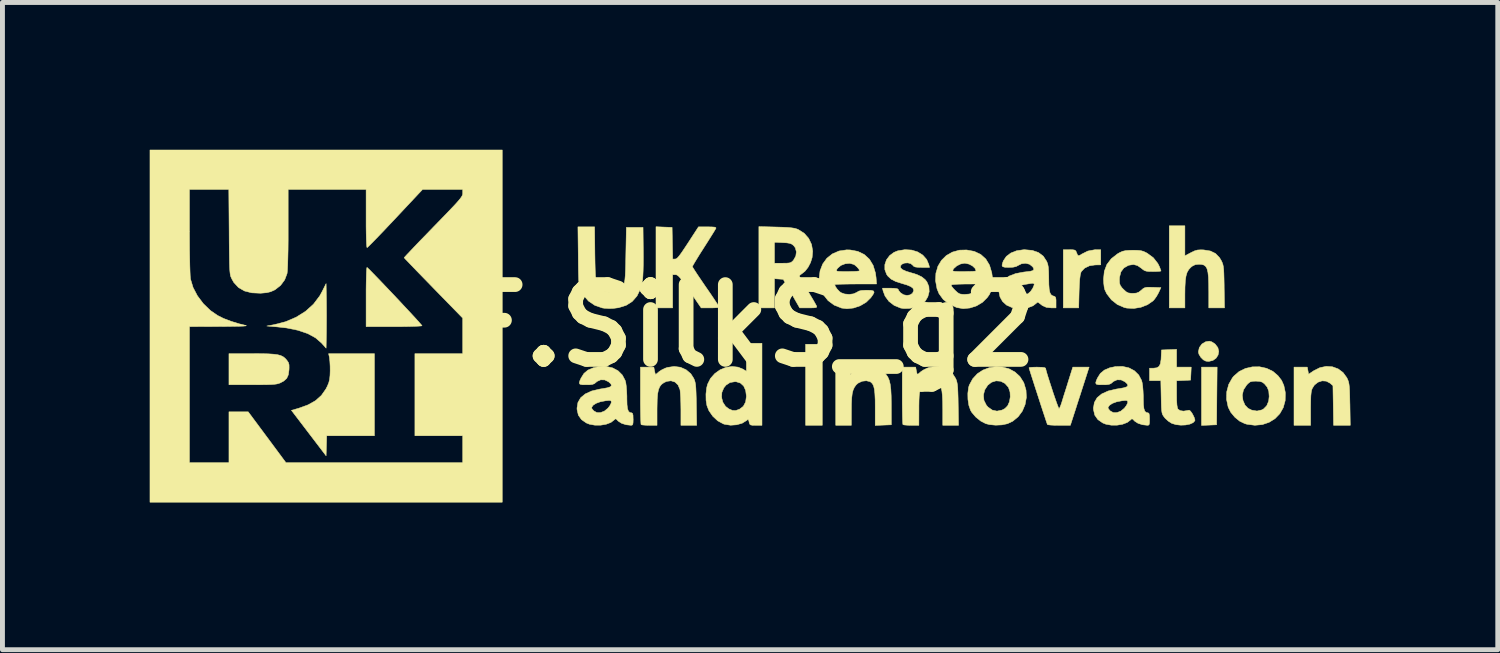
<source format=kicad_pcb>
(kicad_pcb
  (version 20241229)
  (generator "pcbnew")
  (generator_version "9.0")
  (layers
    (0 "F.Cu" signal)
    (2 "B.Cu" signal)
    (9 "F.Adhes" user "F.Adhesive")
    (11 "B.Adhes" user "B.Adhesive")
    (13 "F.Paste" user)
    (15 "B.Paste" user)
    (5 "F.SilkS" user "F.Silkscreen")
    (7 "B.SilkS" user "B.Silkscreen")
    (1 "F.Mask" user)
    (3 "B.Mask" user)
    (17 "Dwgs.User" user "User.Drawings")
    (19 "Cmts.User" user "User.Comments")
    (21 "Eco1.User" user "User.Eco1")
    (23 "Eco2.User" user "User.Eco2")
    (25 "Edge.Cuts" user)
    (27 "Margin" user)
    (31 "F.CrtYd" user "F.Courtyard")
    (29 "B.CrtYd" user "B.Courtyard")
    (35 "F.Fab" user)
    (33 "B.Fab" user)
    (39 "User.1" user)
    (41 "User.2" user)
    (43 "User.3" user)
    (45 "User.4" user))
  (footprint "F.SilkS_g2"
    (layer "F.Cu")
    (at 12.197 3.582)
    (property "Reference" "F.SilkS_g2" (at 0 0 0) (layer "F.SilkS") (effects (font (size 1.524 1.524) (thickness 0.3))))
    (attr through_hole)
    (fp_poly (pts (xy 1.503 2.032) (xy 1.164 2.032) (xy 1.164 0.381) (xy 1.503 0.381) (xy 1.503 2.032)) (stroke (width 0.01) (type solid)) (fill yes) (layer "F.SilkS"))
    (fp_poly (pts (xy 9.541 1.434) (xy 9.536 2.021) (xy 9.229 2.034) (xy 9.229 0.847) (xy 9.547 0.847) (xy 9.541 1.434)) (stroke (width 0.01) (type solid)) (fill yes) (layer "F.SilkS"))
    (fp_poly (pts (xy 9.436 0.331) (xy 9.492 0.366) (xy 9.508 0.379) (xy 9.562 0.45) (xy 9.58 0.526) (xy 9.566 0.6) (xy 9.525 0.664) (xy 9.461 0.71) (xy 9.378 0.73) (xy 9.319 0.725) (xy 9.267 0.699) (xy 9.215 0.647) (xy 9.177 0.585) (xy 9.165 0.537) (xy 9.184 0.448) (xy 9.237 0.376) (xy 9.313 0.33) (xy 9.388 0.318) (xy 9.436 0.331)) (stroke (width 0.01) (type solid)) (fill yes) (layer "F.SilkS"))
    (fp_poly (pts (xy -7.62 2.244) (xy -8.592 2.244) (xy -8.604 2.653) (xy -8.957 2.19) (xy -9.31 1.727) (xy -9.158 1.683) (xy -8.971 1.615) (xy -8.82 1.53) (xy -8.7 1.423) (xy -8.608 1.292) (xy -8.577 1.231) (xy -8.549 1.162) (xy -8.532 1.094) (xy -8.524 1.012) (xy -8.521 0.922) (xy -8.522 0.825) (xy -8.527 0.735) (xy -8.534 0.666) (xy -8.536 0.651) (xy -8.553 0.572) (xy -7.62 0.572) (xy -7.62 2.244)) (stroke (width 0.01) (type solid)) (fill yes) (layer "F.SilkS"))
    (fp_poly (pts (xy -8.598 -0.523) (xy -8.597 -0.371) (xy -8.596 -0.199) (xy -8.597 -0.027) (xy -8.598 0.125) (xy -8.598 0.135) (xy -8.604 0.46) (xy -8.696 0.357) (xy -8.819 0.25) (xy -8.979 0.163) (xy -9.176 0.096) (xy -9.411 0.048) (xy -9.61 0.026) (xy -9.811 0.009) (xy -9.664 -0.018) (xy -9.427 -0.079) (xy -9.213 -0.171) (xy -9.023 -0.29) (xy -8.862 -0.435) (xy -8.734 -0.604) (xy -8.685 -0.693) (xy -8.604 -0.855) (xy -8.598 -0.523)) (stroke (width 0.01) (type solid)) (fill yes) (layer "F.SilkS"))
    (fp_poly (pts (xy 6.609 -1.544) (xy 6.649 -1.536) (xy 6.67 -1.518) (xy 6.685 -1.482) (xy 6.685 -1.482) (xy 6.705 -1.435) (xy 6.727 -1.422) (xy 6.764 -1.439) (xy 6.791 -1.457) (xy 6.913 -1.518) (xy 7.052 -1.544) (xy 7.083 -1.545) (xy 7.176 -1.545) (xy 7.176 -1.237) (xy 7.061 -1.235) (xy 6.946 -1.218) (xy 6.851 -1.173) (xy 6.784 -1.105) (xy 6.773 -1.085) (xy 6.759 -1.032) (xy 6.747 -0.937) (xy 6.739 -0.801) (xy 6.735 -0.693) (xy 6.727 -0.36) (xy 6.413 -0.36) (xy 6.413 -1.545) (xy 6.538 -1.545) (xy 6.609 -1.544)) (stroke (width 0.01) (type solid)) (fill yes) (layer "F.SilkS"))
    (fp_poly (pts (xy -10.102 0.572) (xy -9.925 0.573) (xy -9.784 0.576) (xy -9.675 0.583) (xy -9.591 0.594) (xy -9.528 0.611) (xy -9.479 0.635) (xy -9.439 0.667) (xy -9.403 0.707) (xy -9.4 0.712) (xy -9.372 0.753) (xy -9.359 0.799) (xy -9.358 0.863) (xy -9.36 0.904) (xy -9.374 1.004) (xy -9.407 1.076) (xy -9.466 1.129) (xy -9.536 1.167) (xy -9.568 1.179) (xy -9.606 1.189) (xy -9.655 1.196) (xy -9.723 1.201) (xy -9.814 1.204) (xy -9.934 1.205) (xy -10.091 1.206) (xy -10.102 1.206) (xy -10.583 1.206) (xy -10.583 0.572) (xy -10.102 0.572)) (stroke (width 0.01) (type solid)) (fill yes) (layer "F.SilkS"))
    (fp_poly (pts (xy -7.754 -1.17) (xy -7.711 -1.129) (xy -7.648 -1.064) (xy -7.567 -0.981) (xy -7.473 -0.883) (xy -7.369 -0.774) (xy -7.26 -0.659) (xy -7.149 -0.542) (xy -7.041 -0.426) (xy -6.938 -0.316) (xy -6.845 -0.216) (xy -6.766 -0.13) (xy -6.705 -0.062) (xy -6.665 -0.016) (xy -6.65 0.003) (xy -6.668 0.008) (xy -6.724 0.012) (xy -6.811 0.016) (xy -6.926 0.019) (xy -7.062 0.021) (xy -7.216 0.021) (xy -7.789 0.021) (xy -7.789 -0.582) (xy -7.789 -0.737) (xy -7.787 -0.877) (xy -7.784 -0.997) (xy -7.781 -1.092) (xy -7.777 -1.156) (xy -7.772 -1.184) (xy -7.771 -1.185) (xy -7.754 -1.17)) (stroke (width 0.01) (type solid)) (fill yes) (layer "F.SilkS"))
    (fp_poly (pts (xy 11.897 0.84) (xy 12.013 0.883) (xy 12.113 0.958) (xy 12.19 1.064) (xy 12.194 1.073) (xy 12.211 1.11) (xy 12.224 1.148) (xy 12.233 1.192) (xy 12.24 1.251) (xy 12.245 1.33) (xy 12.248 1.436) (xy 12.251 1.577) (xy 12.252 1.603) (xy 12.259 2.032) (xy 11.919 2.032) (xy 11.913 1.628) (xy 11.906 1.224) (xy 11.847 1.173) (xy 11.77 1.132) (xy 11.685 1.126) (xy 11.601 1.154) (xy 11.529 1.211) (xy 11.487 1.276) (xy 11.472 1.314) (xy 11.463 1.363) (xy 11.456 1.432) (xy 11.453 1.527) (xy 11.451 1.655) (xy 11.451 1.691) (xy 11.451 2.032) (xy 11.113 2.032) (xy 11.113 0.847) (xy 11.383 0.847) (xy 11.397 0.919) (xy 11.41 0.991) (xy 11.514 0.921) (xy 11.64 0.858) (xy 11.77 0.831) (xy 11.897 0.84)) (stroke (width 0.01) (type solid)) (fill yes) (layer "F.SilkS"))
    (fp_poly (pts (xy 8.89 -1.42) (xy 9.012 -1.485) (xy 9.086 -1.521) (xy 9.148 -1.539) (xy 9.216 -1.543) (xy 9.273 -1.541) (xy 9.408 -1.519) (xy 9.514 -1.468) (xy 9.595 -1.384) (xy 9.634 -1.319) (xy 9.651 -1.282) (xy 9.664 -1.245) (xy 9.673 -1.201) (xy 9.68 -1.144) (xy 9.684 -1.066) (xy 9.687 -0.962) (xy 9.69 -0.823) (xy 9.69 -0.788) (xy 9.697 -0.36) (xy 9.377 -0.36) (xy 9.377 -0.683) (xy 9.375 -0.853) (xy 9.37 -0.986) (xy 9.359 -1.086) (xy 9.341 -1.158) (xy 9.314 -1.205) (xy 9.277 -1.233) (xy 9.229 -1.246) (xy 9.176 -1.249) (xy 9.102 -1.241) (xy 9.041 -1.211) (xy 9.009 -1.185) (xy 8.967 -1.139) (xy 8.935 -1.083) (xy 8.913 -1.009) (xy 8.899 -0.912) (xy 8.892 -0.785) (xy 8.89 -0.634) (xy 8.89 -0.36) (xy 8.572 -0.36) (xy 8.572 -2.032) (xy 8.89 -2.032) (xy 8.89 -1.42)) (stroke (width 0.01) (type solid)) (fill yes) (layer "F.SilkS"))
    (fp_poly (pts (xy 2.542 0.842) (xy 2.624 0.86) (xy 2.694 0.898) (xy 2.751 0.944) (xy 2.801 0.994) (xy 2.839 1.049) (xy 2.867 1.114) (xy 2.887 1.196) (xy 2.9 1.3) (xy 2.907 1.433) (xy 2.909 1.601) (xy 2.909 1.63) (xy 2.91 2.021) (xy 2.582 2.034) (xy 2.582 1.672) (xy 2.581 1.512) (xy 2.575 1.389) (xy 2.565 1.297) (xy 2.549 1.231) (xy 2.526 1.185) (xy 2.494 1.154) (xy 2.475 1.142) (xy 2.4 1.124) (xy 2.315 1.134) (xy 2.236 1.171) (xy 2.197 1.204) (xy 2.16 1.253) (xy 2.133 1.31) (xy 2.114 1.382) (xy 2.103 1.475) (xy 2.097 1.598) (xy 2.096 1.73) (xy 2.095 2.032) (xy 1.778 2.032) (xy 1.778 0.847) (xy 1.903 0.847) (xy 1.973 0.848) (xy 2.013 0.855) (xy 2.035 0.874) (xy 2.05 0.912) (xy 2.054 0.922) (xy 2.079 0.998) (xy 2.124 0.957) (xy 2.238 0.881) (xy 2.37 0.842) (xy 2.434 0.837) (xy 2.542 0.842)) (stroke (width 0.01) (type solid)) (fill yes) (layer "F.SilkS"))
    (fp_poly (pts (xy 8.721 0.847) (xy 9.019 0.847) (xy 9.013 0.979) (xy 9.006 1.111) (xy 8.864 1.118) (xy 8.721 1.124) (xy 8.721 1.394) (xy 8.722 1.524) (xy 8.728 1.617) (xy 8.738 1.676) (xy 8.749 1.703) (xy 8.795 1.733) (xy 8.863 1.743) (xy 8.94 1.731) (xy 8.947 1.729) (xy 8.977 1.724) (xy 9.004 1.742) (xy 9.036 1.787) (xy 9.049 1.809) (xy 9.079 1.87) (xy 9.094 1.919) (xy 9.094 1.938) (xy 9.057 1.978) (xy 8.99 2.008) (xy 8.903 2.025) (xy 8.806 2.029) (xy 8.709 2.018) (xy 8.623 1.992) (xy 8.623 1.992) (xy 8.554 1.948) (xy 8.489 1.889) (xy 8.475 1.872) (xy 8.452 1.841) (xy 8.435 1.812) (xy 8.424 1.777) (xy 8.417 1.729) (xy 8.412 1.661) (xy 8.409 1.564) (xy 8.407 1.457) (xy 8.4 1.122) (xy 8.17 1.122) (xy 8.17 0.868) (xy 8.252 0.868) (xy 8.319 0.86) (xy 8.364 0.831) (xy 8.391 0.777) (xy 8.405 0.689) (xy 8.407 0.645) (xy 8.414 0.497) (xy 8.567 0.491) (xy 8.721 0.485) (xy 8.721 0.847)) (stroke (width 0.01) (type solid)) (fill yes) (layer "F.SilkS"))
    (fp_poly (pts (xy 6.849 1.127) (xy 6.807 1.257) (xy 6.758 1.41) (xy 6.707 1.566) (xy 6.662 1.708) (xy 6.658 1.72) (xy 6.557 2.032) (xy 6.328 2.032) (xy 6.234 2.031) (xy 6.157 2.027) (xy 6.106 2.021) (xy 6.09 2.016) (xy 6.081 1.992) (xy 6.061 1.934) (xy 6.033 1.849) (xy 5.998 1.743) (xy 5.958 1.621) (xy 5.916 1.491) (xy 5.873 1.358) (xy 5.831 1.229) (xy 5.793 1.11) (xy 5.76 1.007) (xy 5.735 0.927) (xy 5.719 0.876) (xy 5.715 0.859) (xy 5.734 0.853) (xy 5.786 0.849) (xy 5.86 0.847) (xy 5.884 0.847) (xy 5.982 0.85) (xy 6.038 0.858) (xy 6.054 0.871) (xy 6.06 0.902) (xy 6.077 0.964) (xy 6.103 1.049) (xy 6.135 1.15) (xy 6.171 1.26) (xy 6.207 1.371) (xy 6.243 1.476) (xy 6.275 1.568) (xy 6.302 1.64) (xy 6.32 1.683) (xy 6.326 1.693) (xy 6.34 1.675) (xy 6.361 1.627) (xy 6.38 1.572) (xy 6.4 1.506) (xy 6.429 1.412) (xy 6.465 1.3) (xy 6.502 1.182) (xy 6.512 1.148) (xy 6.607 0.847) (xy 6.939 0.847) (xy 6.849 1.127)) (stroke (width 0.01) (type solid)) (fill yes) (layer "F.SilkS"))
    (fp_poly (pts (xy 5.177 0.845) (xy 5.308 0.881) (xy 5.427 0.945) (xy 5.528 1.037) (xy 5.605 1.158) (xy 5.61 1.169) (xy 5.654 1.316) (xy 5.661 1.464) (xy 5.635 1.609) (xy 5.579 1.742) (xy 5.494 1.857) (xy 5.384 1.948) (xy 5.276 1.999) (xy 5.164 2.023) (xy 5.035 2.029) (xy 4.91 2.017) (xy 4.834 1.998) (xy 4.73 1.944) (xy 4.63 1.863) (xy 4.549 1.768) (xy 4.525 1.728) (xy 4.49 1.628) (xy 4.471 1.505) (xy 4.469 1.417) (xy 4.786 1.417) (xy 4.797 1.524) (xy 4.846 1.622) (xy 4.879 1.66) (xy 4.966 1.722) (xy 5.062 1.743) (xy 5.164 1.722) (xy 5.224 1.691) (xy 5.28 1.634) (xy 5.317 1.55) (xy 5.333 1.452) (xy 5.328 1.353) (xy 5.298 1.265) (xy 5.293 1.255) (xy 5.224 1.178) (xy 5.138 1.134) (xy 5.044 1.126) (xy 4.952 1.154) (xy 4.875 1.214) (xy 4.812 1.311) (xy 4.786 1.417) (xy 4.469 1.417) (xy 4.469 1.377) (xy 4.484 1.26) (xy 4.498 1.213) (xy 4.568 1.084) (xy 4.663 0.981) (xy 4.778 0.906) (xy 4.906 0.858) (xy 5.041 0.838) (xy 5.177 0.845)) (stroke (width 0.01) (type solid)) (fill yes) (layer "F.SilkS"))
    (fp_poly (pts (xy 10.554 0.871) (xy 10.683 0.933) (xy 10.786 1.021) (xy 10.86 1.117) (xy 10.906 1.22) (xy 10.932 1.344) (xy 10.936 1.372) (xy 10.933 1.529) (xy 10.894 1.671) (xy 10.824 1.794) (xy 10.727 1.895) (xy 10.607 1.97) (xy 10.468 2.017) (xy 10.316 2.031) (xy 10.154 2.01) (xy 10.11 1.997) (xy 10.006 1.947) (xy 9.908 1.867) (xy 9.825 1.767) (xy 9.772 1.662) (xy 9.739 1.505) (xy 9.741 1.418) (xy 10.059 1.418) (xy 10.073 1.524) (xy 10.115 1.621) (xy 10.177 1.686) (xy 10.252 1.723) (xy 10.359 1.741) (xy 10.458 1.718) (xy 10.494 1.698) (xy 10.558 1.632) (xy 10.597 1.538) (xy 10.607 1.443) (xy 10.599 1.336) (xy 10.567 1.254) (xy 10.51 1.185) (xy 10.465 1.152) (xy 10.413 1.137) (xy 10.337 1.132) (xy 10.337 1.132) (xy 10.266 1.135) (xy 10.219 1.148) (xy 10.179 1.179) (xy 10.149 1.21) (xy 10.084 1.309) (xy 10.059 1.418) (xy 9.741 1.418) (xy 9.743 1.348) (xy 9.783 1.198) (xy 9.858 1.065) (xy 9.886 1.031) (xy 9.995 0.936) (xy 10.125 0.873) (xy 10.267 0.841) (xy 10.413 0.84) (xy 10.554 0.871)) (stroke (width 0.01) (type solid)) (fill yes) (layer "F.SilkS"))
    (fp_poly (pts (xy -1.386 0.849) (xy -1.271 0.9) (xy -1.175 0.981) (xy -1.114 1.077) (xy -1.098 1.115) (xy -1.087 1.155) (xy -1.078 1.204) (xy -1.072 1.27) (xy -1.068 1.358) (xy -1.064 1.477) (xy -1.062 1.603) (xy -1.055 2.032) (xy -1.376 2.032) (xy -1.376 1.709) (xy -1.378 1.589) (xy -1.381 1.477) (xy -1.387 1.383) (xy -1.393 1.318) (xy -1.396 1.302) (xy -1.435 1.21) (xy -1.498 1.15) (xy -1.578 1.125) (xy -1.668 1.137) (xy -1.726 1.165) (xy -1.773 1.2) (xy -1.808 1.246) (xy -1.833 1.306) (xy -1.85 1.389) (xy -1.859 1.499) (xy -1.862 1.644) (xy -1.863 1.704) (xy -1.863 2.032) (xy -2.018 2.032) (xy -2.095 2.03) (xy -2.155 2.025) (xy -2.186 2.019) (xy -2.187 2.018) (xy -2.191 1.994) (xy -2.194 1.933) (xy -2.197 1.841) (xy -2.199 1.724) (xy -2.201 1.586) (xy -2.201 1.434) (xy -2.201 1.425) (xy -2.201 0.847) (xy -1.928 0.847) (xy -1.914 0.921) (xy -1.903 0.97) (xy -1.893 0.994) (xy -1.891 0.995) (xy -1.871 0.982) (xy -1.834 0.95) (xy -1.825 0.941) (xy -1.771 0.905) (xy -1.697 0.869) (xy -1.651 0.853) (xy -1.515 0.833) (xy -1.386 0.849)) (stroke (width 0.01) (type solid)) (fill yes) (layer "F.SilkS"))
    (fp_poly (pts (xy 0.275 2.032) (xy 0.151 2.032) (xy 0.081 2.031) (xy 0.043 2.024) (xy 0.024 2.006) (xy 0.014 1.971) (xy 0.013 1.965) (xy 0.002 1.922) (xy -0.013 1.913) (xy -0.038 1.933) (xy -0.128 1.989) (xy -0.241 2.021) (xy -0.364 2.03) (xy -0.485 2.011) (xy -0.511 2.003) (xy -0.626 1.941) (xy -0.727 1.847) (xy -0.806 1.733) (xy -0.846 1.632) (xy -0.864 1.523) (xy -0.865 1.464) (xy -0.548 1.464) (xy -0.522 1.562) (xy -0.467 1.646) (xy -0.401 1.697) (xy -0.325 1.729) (xy -0.259 1.731) (xy -0.183 1.704) (xy -0.182 1.704) (xy -0.105 1.645) (xy -0.058 1.557) (xy -0.042 1.441) (xy -0.042 1.44) (xy -0.057 1.322) (xy -0.098 1.231) (xy -0.164 1.171) (xy -0.251 1.144) (xy -0.275 1.143) (xy -0.376 1.16) (xy -0.457 1.213) (xy -0.502 1.268) (xy -0.542 1.362) (xy -0.548 1.464) (xy -0.865 1.464) (xy -0.866 1.395) (xy -0.852 1.271) (xy -0.833 1.195) (xy -0.773 1.076) (xy -0.685 0.977) (xy -0.578 0.901) (xy -0.459 0.852) (xy -0.334 0.833) (xy -0.212 0.847) (xy -0.11 0.889) (xy -0.042 0.931) (xy -0.042 0.36) (xy 0.275 0.36) (xy 0.275 2.032)) (stroke (width 0.01) (type solid)) (fill yes) (layer "F.SilkS"))
    (fp_poly (pts (xy -1.72 -2.006) (xy -1.556 -2) (xy -1.55 -1.677) (xy -1.544 -1.355) (xy -1.494 -1.355) (xy -1.472 -1.36) (xy -1.446 -1.38) (xy -1.412 -1.419) (xy -1.366 -1.481) (xy -1.305 -1.571) (xy -1.231 -1.683) (xy -1.018 -2.011) (xy -0.835 -2.011) (xy -0.744 -2.009) (xy -0.689 -2.005) (xy -0.664 -1.995) (xy -0.662 -1.983) (xy -0.677 -1.957) (xy -0.71 -1.902) (xy -0.76 -1.822) (xy -0.821 -1.725) (xy -0.891 -1.615) (xy -0.908 -1.588) (xy -0.979 -1.477) (xy -1.041 -1.377) (xy -1.091 -1.295) (xy -1.126 -1.235) (xy -1.142 -1.204) (xy -1.143 -1.202) (xy -1.131 -1.179) (xy -1.099 -1.128) (xy -1.049 -1.051) (xy -0.985 -0.956) (xy -0.911 -0.847) (xy -0.868 -0.784) (xy -0.789 -0.67) (xy -0.719 -0.567) (xy -0.662 -0.481) (xy -0.619 -0.417) (xy -0.596 -0.38) (xy -0.593 -0.373) (xy -0.612 -0.367) (xy -0.665 -0.363) (xy -0.74 -0.36) (xy -0.778 -0.36) (xy -0.963 -0.36) (xy -1.196 -0.699) (xy -1.278 -0.817) (xy -1.34 -0.904) (xy -1.387 -0.965) (xy -1.422 -1.004) (xy -1.45 -1.026) (xy -1.473 -1.036) (xy -1.487 -1.037) (xy -1.545 -1.037) (xy -1.545 -0.36) (xy -1.884 -0.36) (xy -1.884 -2.013) (xy -1.72 -2.006)) (stroke (width 0.01) (type solid)) (fill yes) (layer "F.SilkS"))
    (fp_poly (pts (xy 3.948 0.849) (xy 4.063 0.9) (xy 4.159 0.981) (xy 4.22 1.077) (xy 4.236 1.115) (xy 4.247 1.155) (xy 4.256 1.204) (xy 4.262 1.27) (xy 4.266 1.358) (xy 4.27 1.477) (xy 4.272 1.603) (xy 4.279 2.032) (xy 3.958 2.032) (xy 3.958 1.709) (xy 3.956 1.549) (xy 3.95 1.426) (xy 3.94 1.333) (xy 3.924 1.264) (xy 3.901 1.214) (xy 3.871 1.177) (xy 3.863 1.169) (xy 3.789 1.131) (xy 3.706 1.127) (xy 3.625 1.155) (xy 3.554 1.212) (xy 3.511 1.279) (xy 3.496 1.32) (xy 3.485 1.368) (xy 3.478 1.431) (xy 3.474 1.517) (xy 3.472 1.634) (xy 3.472 1.699) (xy 3.471 2.032) (xy 3.316 2.032) (xy 3.239 2.03) (xy 3.179 2.025) (xy 3.148 2.019) (xy 3.147 2.018) (xy 3.143 1.994) (xy 3.14 1.933) (xy 3.137 1.841) (xy 3.135 1.724) (xy 3.133 1.586) (xy 3.133 1.434) (xy 3.133 1.425) (xy 3.133 0.847) (xy 3.406 0.847) (xy 3.42 0.921) (xy 3.431 0.97) (xy 3.441 0.994) (xy 3.443 0.995) (xy 3.463 0.982) (xy 3.5 0.95) (xy 3.509 0.941) (xy 3.563 0.905) (xy 3.637 0.869) (xy 3.683 0.853) (xy 3.819 0.833) (xy 3.948 0.849)) (stroke (width 0.01) (type solid)) (fill yes) (layer "F.SilkS"))
    (fp_poly (pts (xy -3.129 -1.455) (xy -3.126 -1.272) (xy -3.122 -1.125) (xy -3.117 -1.011) (xy -3.108 -0.924) (xy -3.095 -0.86) (xy -3.077 -0.812) (xy -3.053 -0.776) (xy -3.021 -0.747) (xy -2.981 -0.72) (xy -2.978 -0.718) (xy -2.897 -0.687) (xy -2.802 -0.679) (xy -2.707 -0.694) (xy -2.629 -0.729) (xy -2.612 -0.742) (xy -2.582 -0.772) (xy -2.558 -0.801) (xy -2.54 -0.834) (xy -2.527 -0.878) (xy -2.517 -0.937) (xy -2.51 -1.018) (xy -2.505 -1.124) (xy -2.501 -1.262) (xy -2.498 -1.437) (xy -2.498 -1.439) (xy -2.487 -2) (xy -2.148 -2) (xy -2.143 -1.535) (xy -2.142 -1.388) (xy -2.143 -1.245) (xy -2.146 -1.116) (xy -2.151 -1.009) (xy -2.157 -0.934) (xy -2.159 -0.921) (xy -2.201 -0.745) (xy -2.271 -0.602) (xy -2.368 -0.491) (xy -2.492 -0.412) (xy -2.646 -0.364) (xy -2.762 -0.349) (xy -2.85 -0.348) (xy -2.935 -0.353) (xy -2.977 -0.359) (xy -3.13 -0.412) (xy -3.26 -0.5) (xy -3.363 -0.62) (xy -3.412 -0.709) (xy -3.426 -0.742) (xy -3.438 -0.775) (xy -3.446 -0.813) (xy -3.453 -0.862) (xy -3.458 -0.927) (xy -3.461 -1.014) (xy -3.464 -1.129) (xy -3.466 -1.276) (xy -3.467 -1.413) (xy -3.474 -2.011) (xy -3.135 -2.011) (xy -3.129 -1.455)) (stroke (width 0.01) (type solid)) (fill yes) (layer "F.SilkS"))
    (fp_poly (pts (xy 0.566 -2.007) (xy 0.704 -2.003) (xy 0.807 -1.998) (xy 0.883 -1.99) (xy 0.941 -1.981) (xy 0.987 -1.967) (xy 1.016 -1.955) (xy 1.136 -1.879) (xy 1.226 -1.776) (xy 1.285 -1.652) (xy 1.308 -1.514) (xy 1.296 -1.384) (xy 1.264 -1.283) (xy 1.213 -1.186) (xy 1.151 -1.107) (xy 1.092 -1.06) (xy 1.053 -1.032) (xy 1.037 -1.01) (xy 1.048 -0.986) (xy 1.076 -0.933) (xy 1.12 -0.856) (xy 1.173 -0.764) (xy 1.206 -0.71) (xy 1.265 -0.61) (xy 1.318 -0.522) (xy 1.358 -0.451) (xy 1.383 -0.406) (xy 1.388 -0.395) (xy 1.39 -0.378) (xy 1.375 -0.367) (xy 1.335 -0.362) (xy 1.263 -0.36) (xy 1.222 -0.36) (xy 1.043 -0.36) (xy 0.876 -0.651) (xy 0.708 -0.942) (xy 0.529 -0.955) (xy 0.529 -0.36) (xy 0.212 -0.36) (xy 0.212 -1.27) (xy 0.529 -1.27) (xy 0.697 -1.27) (xy 0.781 -1.271) (xy 0.835 -1.276) (xy 0.871 -1.289) (xy 0.899 -1.312) (xy 0.919 -1.335) (xy 0.964 -1.415) (xy 0.976 -1.502) (xy 0.955 -1.583) (xy 0.919 -1.631) (xy 0.884 -1.658) (xy 0.842 -1.675) (xy 0.781 -1.685) (xy 0.697 -1.69) (xy 0.529 -1.698) (xy 0.529 -1.27) (xy 0.212 -1.27) (xy 0.212 -2.016) (xy 0.566 -2.007)) (stroke (width 0.01) (type solid)) (fill yes) (layer "F.SilkS"))
    (fp_poly (pts (xy 3.324 -1.538) (xy 3.447 -1.5) (xy 3.551 -1.435) (xy 3.629 -1.347) (xy 3.673 -1.244) (xy 3.688 -1.185) (xy 3.532 -1.185) (xy 3.447 -1.187) (xy 3.395 -1.194) (xy 3.365 -1.208) (xy 3.351 -1.225) (xy 3.307 -1.262) (xy 3.245 -1.277) (xy 3.179 -1.273) (xy 3.124 -1.249) (xy 3.097 -1.216) (xy 3.098 -1.176) (xy 3.134 -1.141) (xy 3.208 -1.107) (xy 3.298 -1.08) (xy 3.429 -1.04) (xy 3.526 -0.994) (xy 3.597 -0.938) (xy 3.635 -0.89) (xy 3.675 -0.795) (xy 3.681 -0.691) (xy 3.654 -0.588) (xy 3.599 -0.495) (xy 3.517 -0.422) (xy 3.49 -0.407) (xy 3.389 -0.37) (xy 3.271 -0.349) (xy 3.158 -0.348) (xy 3.099 -0.357) (xy 2.969 -0.41) (xy 2.861 -0.493) (xy 2.783 -0.599) (xy 2.743 -0.704) (xy 2.73 -0.762) (xy 2.889 -0.762) (xy 2.973 -0.759) (xy 3.029 -0.751) (xy 3.048 -0.74) (xy 3.062 -0.711) (xy 3.095 -0.67) (xy 3.1 -0.666) (xy 3.16 -0.627) (xy 3.228 -0.614) (xy 3.292 -0.625) (xy 3.341 -0.657) (xy 3.365 -0.709) (xy 3.365 -0.721) (xy 3.352 -0.759) (xy 3.307 -0.794) (xy 3.228 -0.827) (xy 3.131 -0.856) (xy 3.001 -0.897) (xy 2.906 -0.946) (xy 2.839 -1.008) (xy 2.815 -1.042) (xy 2.778 -1.14) (xy 2.778 -1.241) (xy 2.811 -1.339) (xy 2.875 -1.425) (xy 2.964 -1.491) (xy 3.043 -1.523) (xy 3.187 -1.546) (xy 3.324 -1.538)) (stroke (width 0.01) (type solid)) (fill yes) (layer "F.SilkS"))
    (fp_poly (pts (xy 7.926 -1.533) (xy 7.993 -1.526) (xy 8.049 -1.51) (xy 8.107 -1.482) (xy 8.123 -1.473) (xy 8.247 -1.382) (xy 8.339 -1.265) (xy 8.373 -1.197) (xy 8.392 -1.146) (xy 8.403 -1.115) (xy 8.403 -1.112) (xy 8.384 -1.107) (xy 8.332 -1.103) (xy 8.259 -1.101) (xy 8.242 -1.101) (xy 8.157 -1.102) (xy 8.101 -1.109) (xy 8.061 -1.124) (xy 8.022 -1.152) (xy 8.009 -1.164) (xy 7.924 -1.223) (xy 7.843 -1.244) (xy 7.753 -1.23) (xy 7.738 -1.226) (xy 7.647 -1.174) (xy 7.587 -1.094) (xy 7.559 -0.986) (xy 7.556 -0.936) (xy 7.559 -0.865) (xy 7.574 -0.817) (xy 7.607 -0.771) (xy 7.639 -0.738) (xy 7.692 -0.689) (xy 7.737 -0.665) (xy 7.793 -0.657) (xy 7.827 -0.656) (xy 7.9 -0.661) (xy 7.952 -0.681) (xy 8.002 -0.72) (xy 8.039 -0.753) (xy 8.073 -0.771) (xy 8.116 -0.78) (xy 8.18 -0.78) (xy 8.237 -0.779) (xy 8.402 -0.773) (xy 8.353 -0.667) (xy 8.312 -0.594) (xy 8.264 -0.528) (xy 8.242 -0.504) (xy 8.13 -0.426) (xy 7.995 -0.373) (xy 7.85 -0.349) (xy 7.708 -0.356) (xy 7.658 -0.367) (xy 7.516 -0.428) (xy 7.394 -0.524) (xy 7.299 -0.647) (xy 7.259 -0.73) (xy 7.246 -0.784) (xy 7.237 -0.862) (xy 7.233 -0.945) (xy 7.249 -1.106) (xy 7.301 -1.244) (xy 7.39 -1.361) (xy 7.516 -1.46) (xy 7.565 -1.488) (xy 7.621 -1.513) (xy 7.684 -1.527) (xy 7.767 -1.533) (xy 7.832 -1.534) (xy 7.926 -1.533)) (stroke (width 0.01) (type solid)) (fill yes) (layer "F.SilkS"))
    (fp_poly (pts (xy 2.072 -1.54) (xy 2.227 -1.511) (xy 2.358 -1.448) (xy 2.463 -1.352) (xy 2.539 -1.227) (xy 2.586 -1.073) (xy 2.599 -0.98) (xy 2.609 -0.847) (xy 2.183 -0.847) (xy 2.054 -0.846) (xy 1.941 -0.844) (xy 1.849 -0.842) (xy 1.786 -0.839) (xy 1.758 -0.835) (xy 1.757 -0.834) (xy 1.771 -0.794) (xy 1.807 -0.743) (xy 1.852 -0.695) (xy 1.885 -0.67) (xy 1.96 -0.643) (xy 2.051 -0.635) (xy 2.138 -0.646) (xy 2.206 -0.676) (xy 2.207 -0.677) (xy 2.248 -0.702) (xy 2.303 -0.715) (xy 2.384 -0.719) (xy 2.411 -0.72) (xy 2.499 -0.717) (xy 2.547 -0.705) (xy 2.559 -0.678) (xy 2.537 -0.632) (xy 2.492 -0.568) (xy 2.397 -0.475) (xy 2.277 -0.404) (xy 2.142 -0.358) (xy 2.006 -0.343) (xy 1.894 -0.357) (xy 1.745 -0.417) (xy 1.622 -0.508) (xy 1.528 -0.627) (xy 1.466 -0.767) (xy 1.44 -0.925) (xy 1.439 -0.953) (xy 1.458 -1.113) (xy 1.463 -1.126) (xy 1.791 -1.126) (xy 1.794 -1.113) (xy 1.815 -1.106) (xy 1.86 -1.102) (xy 1.936 -1.101) (xy 2.021 -1.101) (xy 2.117 -1.102) (xy 2.195 -1.105) (xy 2.247 -1.111) (xy 2.264 -1.117) (xy 2.249 -1.15) (xy 2.211 -1.194) (xy 2.166 -1.233) (xy 2.145 -1.246) (xy 2.062 -1.268) (xy 1.97 -1.259) (xy 1.884 -1.226) (xy 1.818 -1.171) (xy 1.8 -1.144) (xy 1.791 -1.126) (xy 1.463 -1.126) (xy 1.512 -1.254) (xy 1.597 -1.371) (xy 1.709 -1.46) (xy 1.845 -1.519) (xy 2 -1.542) (xy 2.072 -1.54)) (stroke (width 0.01) (type solid)) (fill yes) (layer "F.SilkS"))
    (fp_poly (pts (xy 4.6 -1.511) (xy 4.731 -1.449) (xy 4.835 -1.355) (xy 4.91 -1.231) (xy 4.956 -1.077) (xy 4.968 -0.99) (xy 4.98 -0.847) (xy 4.554 -0.847) (xy 4.393 -0.846) (xy 4.273 -0.843) (xy 4.19 -0.838) (xy 4.142 -0.832) (xy 4.128 -0.823) (xy 4.141 -0.796) (xy 4.177 -0.751) (xy 4.21 -0.717) (xy 4.262 -0.669) (xy 4.307 -0.644) (xy 4.362 -0.636) (xy 4.408 -0.635) (xy 4.497 -0.642) (xy 4.56 -0.665) (xy 4.578 -0.677) (xy 4.619 -0.702) (xy 4.674 -0.715) (xy 4.755 -0.719) (xy 4.782 -0.72) (xy 4.869 -0.717) (xy 4.918 -0.705) (xy 4.929 -0.678) (xy 4.908 -0.632) (xy 4.862 -0.568) (xy 4.766 -0.473) (xy 4.645 -0.401) (xy 4.511 -0.358) (xy 4.374 -0.345) (xy 4.244 -0.367) (xy 4.244 -0.367) (xy 4.09 -0.436) (xy 3.969 -0.53) (xy 3.882 -0.649) (xy 3.841 -0.749) (xy 3.811 -0.913) (xy 3.818 -1.067) (xy 3.836 -1.126) (xy 4.162 -1.126) (xy 4.165 -1.113) (xy 4.186 -1.106) (xy 4.231 -1.102) (xy 4.307 -1.101) (xy 4.391 -1.101) (xy 4.487 -1.102) (xy 4.566 -1.104) (xy 4.618 -1.108) (xy 4.636 -1.113) (xy 4.616 -1.165) (xy 4.566 -1.213) (xy 4.496 -1.251) (xy 4.418 -1.269) (xy 4.398 -1.27) (xy 4.321 -1.255) (xy 4.243 -1.216) (xy 4.184 -1.164) (xy 4.17 -1.144) (xy 4.162 -1.126) (xy 3.836 -1.126) (xy 3.859 -1.207) (xy 3.931 -1.328) (xy 4.03 -1.426) (xy 4.153 -1.496) (xy 4.297 -1.536) (xy 4.443 -1.54) (xy 4.6 -1.511)) (stroke (width 0.01) (type solid)) (fill yes) (layer "F.SilkS"))
    (fp_poly (pts (xy 5.783 -1.531) (xy 5.908 -1.487) (xy 6.005 -1.414) (xy 6.074 -1.309) (xy 6.077 -1.303) (xy 6.096 -1.252) (xy 6.108 -1.19) (xy 6.114 -1.107) (xy 6.117 -0.993) (xy 6.117 -0.97) (xy 6.119 -0.837) (xy 6.126 -0.74) (xy 6.14 -0.673) (xy 6.161 -0.631) (xy 6.192 -0.608) (xy 6.212 -0.602) (xy 6.243 -0.59) (xy 6.259 -0.567) (xy 6.265 -0.521) (xy 6.265 -0.474) (xy 6.265 -0.36) (xy 6.169 -0.36) (xy 6.068 -0.371) (xy 5.986 -0.408) (xy 5.935 -0.448) (xy 5.901 -0.474) (xy 5.879 -0.471) (xy 5.863 -0.454) (xy 5.795 -0.402) (xy 5.699 -0.366) (xy 5.585 -0.348) (xy 5.464 -0.35) (xy 5.367 -0.368) (xy 5.257 -0.417) (xy 5.176 -0.491) (xy 5.124 -0.582) (xy 5.103 -0.683) (xy 5.103 -0.685) (xy 5.419 -0.685) (xy 5.439 -0.647) (xy 5.489 -0.621) (xy 5.552 -0.614) (xy 5.624 -0.623) (xy 5.69 -0.647) (xy 5.696 -0.65) (xy 5.746 -0.694) (xy 5.79 -0.757) (xy 5.817 -0.821) (xy 5.821 -0.846) (xy 5.803 -0.862) (xy 5.763 -0.86) (xy 5.703 -0.85) (xy 5.63 -0.838) (xy 5.615 -0.835) (xy 5.529 -0.812) (xy 5.466 -0.774) (xy 5.429 -0.73) (xy 5.419 -0.685) (xy 5.103 -0.685) (xy 5.116 -0.786) (xy 5.164 -0.884) (xy 5.209 -0.936) (xy 5.31 -1.008) (xy 5.443 -1.059) (xy 5.609 -1.09) (xy 5.644 -1.094) (xy 5.737 -1.105) (xy 5.791 -1.119) (xy 5.813 -1.139) (xy 5.807 -1.17) (xy 5.787 -1.2) (xy 5.726 -1.249) (xy 5.647 -1.269) (xy 5.564 -1.26) (xy 5.501 -1.229) (xy 5.452 -1.203) (xy 5.39 -1.189) (xy 5.303 -1.185) (xy 5.222 -1.188) (xy 5.178 -1.2) (xy 5.165 -1.228) (xy 5.178 -1.28) (xy 5.194 -1.321) (xy 5.253 -1.409) (xy 5.345 -1.478) (xy 5.462 -1.524) (xy 5.599 -1.544) (xy 5.628 -1.545) (xy 5.783 -1.531)) (stroke (width 0.01) (type solid)) (fill yes) (layer "F.SilkS"))
    (fp_poly (pts (xy -2.771 0.861) (xy -2.658 0.92) (xy -2.571 1.006) (xy -2.513 1.115) (xy -2.5 1.16) (xy -2.49 1.231) (xy -2.482 1.328) (xy -2.477 1.436) (xy -2.477 1.492) (xy -2.474 1.611) (xy -2.464 1.694) (xy -2.445 1.746) (xy -2.415 1.772) (xy -2.38 1.778) (xy -2.362 1.789) (xy -2.352 1.828) (xy -2.35 1.901) (xy -2.349 1.905) (xy -2.351 1.976) (xy -2.357 2.014) (xy -2.372 2.029) (xy -2.397 2.031) (xy -2.494 2.02) (xy -2.584 1.991) (xy -2.65 1.949) (xy -2.66 1.939) (xy -2.693 1.905) (xy -2.714 1.901) (xy -2.734 1.92) (xy -2.802 1.973) (xy -2.899 2.01) (xy -3.011 2.029) (xy -3.129 2.029) (xy -3.24 2.009) (xy -3.303 1.984) (xy -3.402 1.915) (xy -3.465 1.826) (xy -3.491 1.716) (xy -3.493 1.683) (xy -3.492 1.677) (xy -3.196 1.677) (xy -3.183 1.702) (xy -3.151 1.738) (xy -3.09 1.772) (xy -3.014 1.773) (xy -2.935 1.743) (xy -2.863 1.684) (xy -2.822 1.63) (xy -2.797 1.58) (xy -2.794 1.564) (xy -2.797 1.538) (xy -2.813 1.527) (xy -2.852 1.526) (xy -2.912 1.532) (xy -3.017 1.552) (xy -3.105 1.584) (xy -3.166 1.624) (xy -3.195 1.668) (xy -3.196 1.677) (xy -3.492 1.677) (xy -3.474 1.567) (xy -3.418 1.47) (xy -3.325 1.393) (xy -3.194 1.333) (xy -3.025 1.293) (xy -2.978 1.286) (xy -2.876 1.268) (xy -2.814 1.248) (xy -2.791 1.222) (xy -2.803 1.188) (xy -2.85 1.145) (xy -2.928 1.107) (xy -3.011 1.105) (xy -3.085 1.138) (xy -3.103 1.154) (xy -3.137 1.182) (xy -3.176 1.198) (xy -3.232 1.205) (xy -3.303 1.206) (xy -3.386 1.205) (xy -3.432 1.195) (xy -3.447 1.17) (xy -3.435 1.124) (xy -3.41 1.069) (xy -3.351 0.975) (xy -3.27 0.907) (xy -3.16 0.86) (xy -3.045 0.836) (xy -2.901 0.832) (xy -2.771 0.861)) (stroke (width 0.01) (type solid)) (fill yes) (layer "F.SilkS"))
    (fp_poly (pts (xy 7.749 0.861) (xy 7.861 0.92) (xy 7.949 1.006) (xy 8.007 1.115) (xy 8.019 1.16) (xy 8.03 1.231) (xy 8.038 1.328) (xy 8.043 1.436) (xy 8.043 1.492) (xy 8.046 1.611) (xy 8.056 1.694) (xy 8.075 1.746) (xy 8.105 1.772) (xy 8.14 1.778) (xy 8.158 1.789) (xy 8.167 1.828) (xy 8.17 1.901) (xy 8.17 1.905) (xy 8.169 1.976) (xy 8.163 2.014) (xy 8.148 2.029) (xy 8.123 2.031) (xy 8.026 2.02) (xy 7.936 1.991) (xy 7.87 1.949) (xy 7.86 1.939) (xy 7.827 1.905) (xy 7.805 1.901) (xy 7.786 1.92) (xy 7.717 1.973) (xy 7.621 2.01) (xy 7.508 2.029) (xy 7.391 2.029) (xy 7.28 2.009) (xy 7.217 1.984) (xy 7.118 1.915) (xy 7.055 1.826) (xy 7.029 1.716) (xy 7.027 1.683) (xy 7.028 1.677) (xy 7.324 1.677) (xy 7.337 1.702) (xy 7.368 1.738) (xy 7.43 1.772) (xy 7.506 1.773) (xy 7.585 1.743) (xy 7.657 1.684) (xy 7.698 1.63) (xy 7.723 1.58) (xy 7.726 1.564) (xy 7.723 1.538) (xy 7.707 1.527) (xy 7.668 1.526) (xy 7.608 1.532) (xy 7.503 1.552) (xy 7.415 1.584) (xy 7.354 1.624) (xy 7.325 1.668) (xy 7.324 1.677) (xy 7.028 1.677) (xy 7.046 1.567) (xy 7.102 1.47) (xy 7.195 1.393) (xy 7.326 1.333) (xy 7.495 1.293) (xy 7.542 1.286) (xy 7.644 1.268) (xy 7.706 1.248) (xy 7.729 1.222) (xy 7.716 1.188) (xy 7.67 1.145) (xy 7.592 1.107) (xy 7.509 1.105) (xy 7.434 1.138) (xy 7.417 1.154) (xy 7.383 1.182) (xy 7.344 1.198) (xy 7.288 1.205) (xy 7.217 1.206) (xy 7.134 1.205) (xy 7.088 1.195) (xy 7.073 1.17) (xy 7.085 1.124) (xy 7.109 1.069) (xy 7.168 0.975) (xy 7.25 0.907) (xy 7.36 0.86) (xy 7.475 0.836) (xy 7.618 0.832) (xy 7.749 0.861)) (stroke (width 0.01) (type solid)) (fill yes) (layer "F.SilkS"))
    (fp_poly (pts (xy -5.016 3.598) (xy -12.192 3.598) (xy -12.192 -2.773) (xy -11.388 -2.773) (xy -11.388 -1.918) (xy -11.387 -1.722) (xy -11.386 -1.537) (xy -11.383 -1.368) (xy -11.38 -1.22) (xy -11.376 -1.098) (xy -11.372 -1.008) (xy -11.367 -0.955) (xy -11.367 -0.95) (xy -11.314 -0.775) (xy -11.225 -0.605) (xy -11.105 -0.446) (xy -10.96 -0.306) (xy -10.815 -0.206) (xy -10.693 -0.145) (xy -10.541 -0.087) (xy -10.372 -0.035) (xy -10.245 -0.004) (xy -10.228 0.002) (xy -10.242 0.007) (xy -10.288 0.011) (xy -10.369 0.014) (xy -10.487 0.016) (xy -10.644 0.018) (xy -10.769 0.019) (xy -11.388 0.021) (xy -11.388 2.794) (xy -10.583 2.794) (xy -10.583 1.757) (xy -10.191 1.757) (xy -9.806 2.275) (xy -9.421 2.794) (xy -5.821 2.794) (xy -5.821 2.244) (xy -6.795 2.244) (xy -6.795 0.572) (xy -5.821 0.572) (xy -5.821 -0.152) (xy -6.416 -0.762) (xy -6.545 -0.895) (xy -6.665 -1.018) (xy -6.773 -1.129) (xy -6.864 -1.224) (xy -6.936 -1.299) (xy -6.987 -1.352) (xy -7.011 -1.379) (xy -7.014 -1.382) (xy -7 -1.399) (xy -6.96 -1.443) (xy -6.896 -1.51) (xy -6.813 -1.598) (xy -6.712 -1.704) (xy -6.596 -1.823) (xy -6.47 -1.953) (xy -6.419 -2.006) (xy -6.27 -2.159) (xy -6.147 -2.286) (xy -6.05 -2.388) (xy -5.973 -2.469) (xy -5.916 -2.533) (xy -5.875 -2.582) (xy -5.848 -2.619) (xy -5.832 -2.647) (xy -5.823 -2.67) (xy -5.821 -2.691) (xy -5.821 -2.696) (xy -5.821 -2.773) (xy -6.639 -2.773) (xy -7.195 -2.18) (xy -7.32 -2.048) (xy -7.435 -1.926) (xy -7.539 -1.818) (xy -7.627 -1.727) (xy -7.697 -1.656) (xy -7.746 -1.608) (xy -7.769 -1.588) (xy -7.77 -1.587) (xy -7.775 -1.608) (xy -7.78 -1.666) (xy -7.784 -1.757) (xy -7.787 -1.876) (xy -7.789 -2.018) (xy -7.789 -2.18) (xy -7.789 -2.773) (xy -9.377 -2.773) (xy -9.377 -1.97) (xy -9.377 -1.742) (xy -9.379 -1.541) (xy -9.383 -1.371) (xy -9.387 -1.233) (xy -9.392 -1.131) (xy -9.398 -1.068) (xy -9.4 -1.058) (xy -9.448 -0.931) (xy -9.531 -0.819) (xy -9.64 -0.733) (xy -9.662 -0.721) (xy -9.735 -0.689) (xy -9.814 -0.67) (xy -9.914 -0.661) (xy -9.941 -0.659) (xy -10.118 -0.667) (xy -10.267 -0.705) (xy -10.388 -0.775) (xy -10.483 -0.877) (xy -10.523 -0.947) (xy -10.535 -0.973) (xy -10.546 -0.998) (xy -10.554 -1.028) (xy -10.56 -1.066) (xy -10.565 -1.116) (xy -10.569 -1.183) (xy -10.572 -1.271) (xy -10.574 -1.385) (xy -10.576 -1.528) (xy -10.578 -1.705) (xy -10.579 -1.91) (xy -10.586 -2.773) (xy -11.388 -2.773) (xy -12.192 -2.773) (xy -12.192 -3.577) (xy -5.016 -3.577) (xy -5.016 3.598)) (stroke (width 0.01) (type solid)) (fill yes) (layer "F.SilkS")))
  (gr_rect
    (start -3 -3)
    (end 27.461 10.185)
    (stroke (width 0.1) (type default))
    (fill no)
    (layer "Edge.Cuts")))
</source>
